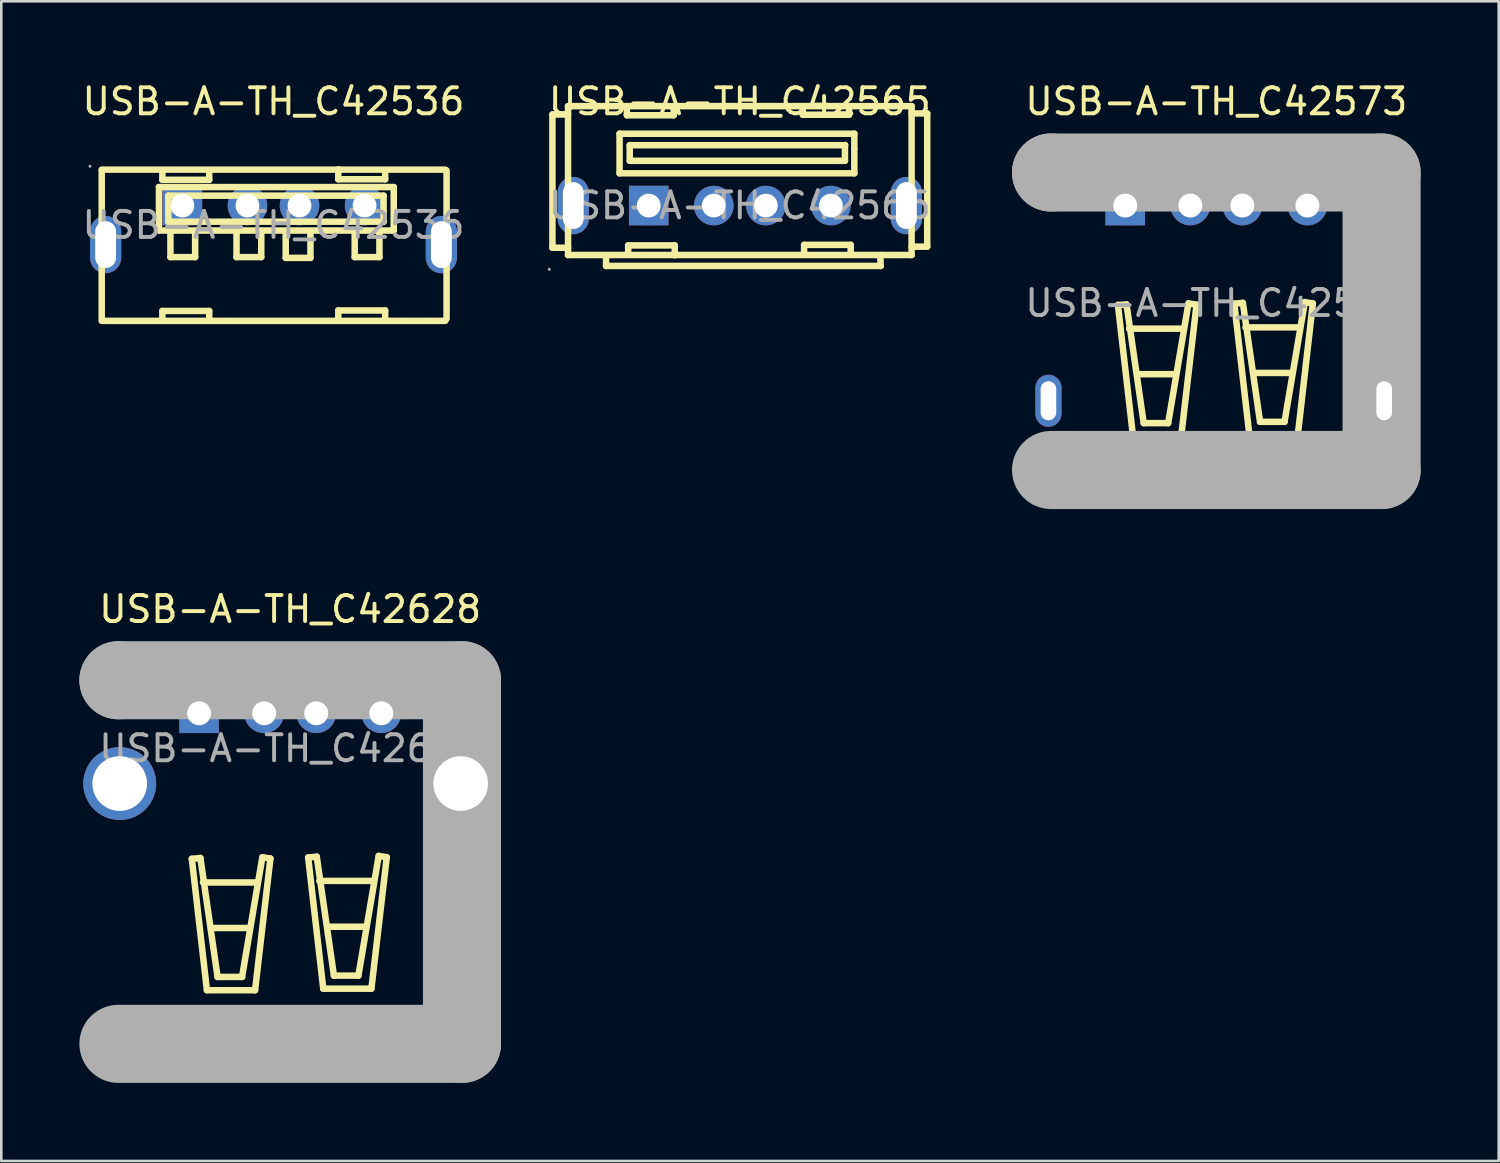
<source format=kicad_pcb>
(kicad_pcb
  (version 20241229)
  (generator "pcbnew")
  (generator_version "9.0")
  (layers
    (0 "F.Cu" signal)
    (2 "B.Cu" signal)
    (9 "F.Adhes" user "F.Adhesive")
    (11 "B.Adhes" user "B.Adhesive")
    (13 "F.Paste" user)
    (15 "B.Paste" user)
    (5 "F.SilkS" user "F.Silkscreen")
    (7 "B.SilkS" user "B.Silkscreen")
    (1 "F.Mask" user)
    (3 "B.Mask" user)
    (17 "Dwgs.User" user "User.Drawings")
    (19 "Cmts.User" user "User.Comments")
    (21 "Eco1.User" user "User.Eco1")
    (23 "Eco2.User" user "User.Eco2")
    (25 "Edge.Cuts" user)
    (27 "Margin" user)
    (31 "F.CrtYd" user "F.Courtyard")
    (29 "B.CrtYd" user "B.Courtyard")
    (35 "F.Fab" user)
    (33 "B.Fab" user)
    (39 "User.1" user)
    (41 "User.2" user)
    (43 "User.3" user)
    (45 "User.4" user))
  (footprint "USB-A-TH_C42573"
    (layer "F.Cu")
    (at 43.683 8.598)
    (property "Reference" "USB-A-TH_C42573" (at 0 -7.75 0) (layer "F.SilkS") (effects (font (size 1 1) (thickness 0.15))))
    (attr through_hole)
    (fp_line (start -3.78 0.07) (end -3.2 5.12) (stroke (width 0.25) (type solid)) (layer "F.SilkS"))
    (fp_line (start -3.45 0.05) (end -3.78 0.07) (stroke (width 0.25) (type solid)) (layer "F.SilkS"))
    (fp_line (start -3.35 0.98) (end -1.27 0.98) (stroke (width 0.25) (type solid)) (layer "F.SilkS"))
    (fp_line (start -3.2 5.12) (end -1.35 5.12) (stroke (width 0.25) (type solid)) (layer "F.SilkS"))
    (fp_line (start -3.02 2.73) (end -1.57 2.73) (stroke (width 0.25) (type solid)) (layer "F.SilkS"))
    (fp_line (start -2.79 4.61) (end -3.45 0.05) (stroke (width 0.25) (type solid)) (layer "F.SilkS"))
    (fp_line (start -1.85 4.61) (end -2.79 4.61) (stroke (width 0.25) (type solid)) (layer "F.SilkS"))
    (fp_line (start -1.35 5.12) (end -0.76 0.06) (stroke (width 0.25) (type solid)) (layer "F.SilkS"))
    (fp_line (start -1.07 0.01) (end -1.85 4.61) (stroke (width 0.25) (type solid)) (layer "F.SilkS"))
    (fp_line (start -0.76 0.06) (end -1.07 0.01) (stroke (width 0.25) (type solid)) (layer "F.SilkS"))
    (fp_line (start 0.69 0.02) (end 1.02 -0.01) (stroke (width 0.25) (type solid)) (layer "F.SilkS"))
    (fp_line (start 1.02 -0.01) (end 1.68 4.56) (stroke (width 0.25) (type solid)) (layer "F.SilkS"))
    (fp_line (start 1.12 0.93) (end 3.2 0.93) (stroke (width 0.25) (type solid)) (layer "F.SilkS"))
    (fp_line (start 1.27 5.07) (end 0.69 0.02) (stroke (width 0.25) (type solid)) (layer "F.SilkS"))
    (fp_line (start 1.45 2.68) (end 2.9 2.68) (stroke (width 0.25) (type solid)) (layer "F.SilkS"))
    (fp_line (start 1.68 4.56) (end 2.62 4.56) (stroke (width 0.25) (type solid)) (layer "F.SilkS"))
    (fp_line (start 2.62 4.56) (end 3.4 -0.04) (stroke (width 0.25) (type solid)) (layer "F.SilkS"))
    (fp_line (start 3.13 5.07) (end 1.27 5.07) (stroke (width 0.25) (type solid)) (layer "F.SilkS"))
    (fp_line (start 3.4 -0.04) (end 3.71 0.01) (stroke (width 0.25) (type solid)) (layer "F.SilkS"))
    (fp_line (start 3.71 0.01) (end 3.13 5.07) (stroke (width 0.25) (type solid)) (layer "F.SilkS"))
    (fp_line (start -6.35 -5.02) (end -6.35 -5.02) (stroke (width 3) (type solid)) (layer "F.Fab"))
    (fp_line (start -6.35 -5.02) (end 6.35 -5.02) (stroke (width 3) (type solid)) (layer "F.Fab"))
    (fp_line (start 6.35 -5.02) (end 6.35 6.41) (stroke (width 3) (type solid)) (layer "F.Fab"))
    (fp_line (start 6.35 6.41) (end -6.35 6.41) (stroke (width 3) (type solid)) (layer "F.Fab"))
    (fp_circle (center -6.95 -5.15) (end -6.92 -5.15) (stroke (width 0.06) (type solid)) (fill no) (layer "F.Fab"))
    (fp_circle (center -3.5 -3.75) (end -3.32 -3.75) (stroke (width 0.36) (type solid)) (fill no) (layer "F.Fab"))
    (fp_circle (center -1 -3.75) (end -0.82 -3.75) (stroke (width 0.36) (type solid)) (fill no) (layer "F.Fab"))
    (fp_circle (center 1 -3.75) (end 1.18 -3.75) (stroke (width 0.36) (type solid)) (fill no) (layer "F.Fab"))
    (fp_circle (center 3.5 -3.75) (end 3.68 -3.75) (stroke (width 0.36) (type solid)) (fill no) (layer "F.Fab"))
    (fp_text user "${REFERENCE}" (at 0 0 0) (layer "F.Fab") (effects (font (size 1 1) (thickness 0.15))))
    (pad "1" thru_hole rect (at -3.5 -3.75) (size 1.52 1.52) (drill 0.92) (layers "*.Cu" "*.Paste" "*.Mask"))
    (pad "2" thru_hole circle (at -1 -3.75) (size 1.52 1.52) (drill 0.92) (layers "*.Cu" "*.Paste" "*.Mask"))
    (pad "3" thru_hole circle (at 1 -3.75) (size 1.52 1.52) (drill 0.92) (layers "*.Cu" "*.Paste" "*.Mask"))
    (pad "4" thru_hole circle (at 3.5 -3.75) (size 1.52 1.52) (drill 0.92) (layers "*.Cu" "*.Paste" "*.Mask"))
    (pad "5" thru_hole oval (at 6.45 3.75) (size 1 2) (drill oval 0.6 1.5) (layers "*.Cu" "*.Paste" "*.Mask"))
    (pad "6" thru_hole oval (at -6.45 3.75) (size 1 2) (drill oval 0.6 1.5) (layers "*.Cu" "*.Paste" "*.Mask")))
  (footprint "USB-A-TH_C42536"
    (layer "F.Cu")
    (at 7.458 5.598)
    (property "Reference" "USB-A-TH_C42536" (at 0 -4.75 0) (layer "F.SilkS") (effects (font (size 1 1) (thickness 0.15))))
    (attr through_hole)
    (fp_line (start -6.6 -2.13) (end 6.6 -2.13) (stroke (width 0.25) (type solid)) (layer "F.SilkS"))
    (fp_line (start -6.6 -2.1) (end -6.6 3.6) (stroke (width 0.25) (type solid)) (layer "F.SilkS"))
    (fp_line (start -6.6 3.68) (end 6.6 3.68) (stroke (width 0.25) (type solid)) (layer "F.SilkS"))
    (fp_line (start -4.4 -1.46) (end -4.4 0.2) (stroke (width 0.25) (type solid)) (layer "F.SilkS"))
    (fp_line (start -4.4 0.21) (end 4.58 0.21) (stroke (width 0.25) (type solid)) (layer "F.SilkS"))
    (fp_line (start -4.27 -2.11) (end -4.26 -2.11) (stroke (width 0.25) (type solid)) (layer "F.SilkS"))
    (fp_line (start -4.27 -1.74) (end -4.27 -2.11) (stroke (width 0.25) (type solid)) (layer "F.SilkS"))
    (fp_line (start -4.27 3.3) (end -2.47 3.3) (stroke (width 0.25) (type solid)) (layer "F.SilkS"))
    (fp_line (start -4.27 3.64) (end -4.27 3.3) (stroke (width 0.25) (type solid)) (layer "F.SilkS"))
    (fp_line (start -4.26 -2.11) (end -4.27 -2.11) (stroke (width 0.25) (type solid)) (layer "F.SilkS"))
    (fp_line (start -4.04 -1.13) (end -4.04 -0.13) (stroke (width 0.25) (type solid)) (layer "F.SilkS"))
    (fp_line (start -4.04 -0.13) (end -3.96 -0.13) (stroke (width 0.25) (type solid)) (layer "F.SilkS"))
    (fp_line (start -3.96 0.21) (end -3.96 1.23) (stroke (width 0.25) (type solid)) (layer "F.SilkS"))
    (fp_line (start -3.96 1.23) (end -3.01 1.23) (stroke (width 0.25) (type solid)) (layer "F.SilkS"))
    (fp_line (start -3.95 -0.13) (end 4.23 -0.13) (stroke (width 0.25) (type solid)) (layer "F.SilkS"))
    (fp_line (start -3.01 1.23) (end -3.01 0.22) (stroke (width 0.25) (type solid)) (layer "F.SilkS"))
    (fp_line (start -2.48 3.67) (end -2.47 3.67) (stroke (width 0.25) (type solid)) (layer "F.SilkS"))
    (fp_line (start -2.47 -2.08) (end -2.47 -1.74) (stroke (width 0.25) (type solid)) (layer "F.SilkS"))
    (fp_line (start -2.47 -1.74) (end -4.27 -1.74) (stroke (width 0.25) (type solid)) (layer "F.SilkS"))
    (fp_line (start -2.47 3.3) (end -2.47 3.67) (stroke (width 0.25) (type solid)) (layer "F.SilkS"))
    (fp_line (start -2.47 3.67) (end -2.48 3.67) (stroke (width 0.25) (type solid)) (layer "F.SilkS"))
    (fp_line (start -1.42 0.21) (end -1.42 1.23) (stroke (width 0.25) (type solid)) (layer "F.SilkS"))
    (fp_line (start -1.42 1.23) (end -0.47 1.23) (stroke (width 0.25) (type solid)) (layer "F.SilkS"))
    (fp_line (start -0.47 1.23) (end -0.47 0.22) (stroke (width 0.25) (type solid)) (layer "F.SilkS"))
    (fp_line (start 0.47 0.24) (end 0.47 1.26) (stroke (width 0.25) (type solid)) (layer "F.SilkS"))
    (fp_line (start 0.47 1.26) (end 1.42 1.26) (stroke (width 0.25) (type solid)) (layer "F.SilkS"))
    (fp_line (start 1.42 1.26) (end 1.42 0.25) (stroke (width 0.25) (type solid)) (layer "F.SilkS"))
    (fp_line (start 2.49 -2.13) (end 2.5 -2.13) (stroke (width 0.25) (type solid)) (layer "F.SilkS"))
    (fp_line (start 2.49 -1.76) (end 2.49 -2.13) (stroke (width 0.25) (type solid)) (layer "F.SilkS"))
    (fp_line (start 2.49 3.28) (end 4.29 3.28) (stroke (width 0.25) (type solid)) (layer "F.SilkS"))
    (fp_line (start 2.49 3.62) (end 2.49 3.28) (stroke (width 0.25) (type solid)) (layer "F.SilkS"))
    (fp_line (start 2.5 -2.13) (end 2.49 -2.13) (stroke (width 0.25) (type solid)) (layer "F.SilkS"))
    (fp_line (start 3.12 0.21) (end 3.12 1.23) (stroke (width 0.25) (type solid)) (layer "F.SilkS"))
    (fp_line (start 3.12 1.23) (end 4.07 1.23) (stroke (width 0.25) (type solid)) (layer "F.SilkS"))
    (fp_line (start 4.07 1.23) (end 4.07 0.22) (stroke (width 0.25) (type solid)) (layer "F.SilkS"))
    (fp_line (start 4.23 -1.13) (end -4.04 -1.13) (stroke (width 0.25) (type solid)) (layer "F.SilkS"))
    (fp_line (start 4.23 -0.13) (end 4.23 -1.13) (stroke (width 0.25) (type solid)) (layer "F.SilkS"))
    (fp_line (start 4.28 3.65) (end 4.29 3.65) (stroke (width 0.25) (type solid)) (layer "F.SilkS"))
    (fp_line (start 4.29 -2.1) (end 4.29 -1.76) (stroke (width 0.25) (type solid)) (layer "F.SilkS"))
    (fp_line (start 4.29 -1.76) (end 2.49 -1.76) (stroke (width 0.25) (type solid)) (layer "F.SilkS"))
    (fp_line (start 4.29 3.28) (end 4.29 3.65) (stroke (width 0.25) (type solid)) (layer "F.SilkS"))
    (fp_line (start 4.29 3.65) (end 4.28 3.65) (stroke (width 0.25) (type solid)) (layer "F.SilkS"))
    (fp_line (start 4.58 0.21) (end 4.62 0.21) (stroke (width 0.25) (type solid)) (layer "F.SilkS"))
    (fp_line (start 4.62 -1.46) (end -4.4 -1.46) (stroke (width 0.25) (type solid)) (layer "F.SilkS"))
    (fp_line (start 4.62 0.21) (end 4.62 -1.46) (stroke (width 0.25) (type solid)) (layer "F.SilkS"))
    (fp_line (start 6.65 -2.1) (end 6.65 3.6) (stroke (width 0.25) (type solid)) (layer "F.SilkS"))
    (fp_circle (center -7.05 -2.26) (end -7.02 -2.26) (stroke (width 0.06) (type solid)) (fill no) (layer "F.Fab"))
    (fp_circle (center -3.5 -0.75) (end -3.32 -0.75) (stroke (width 0.36) (type solid)) (fill no) (layer "F.Fab"))
    (fp_circle (center -1 -0.75) (end -0.82 -0.75) (stroke (width 0.36) (type solid)) (fill no) (layer "F.Fab"))
    (fp_circle (center 1 -0.75) (end 1.18 -0.75) (stroke (width 0.36) (type solid)) (fill no) (layer "F.Fab"))
    (fp_circle (center 3.5 -0.75) (end 3.68 -0.75) (stroke (width 0.36) (type solid)) (fill no) (layer "F.Fab"))
    (fp_text user "${REFERENCE}" (at 0 0 0) (layer "F.Fab") (effects (font (size 1 1) (thickness 0.15))))
    (pad "1" thru_hole rect (at -3.5 -0.75) (size 1.52 1.52) (drill 0.914) (layers "*.Cu" "*.Paste" "*.Mask"))
    (pad "2" thru_hole circle (at -1 -0.75) (size 1.52 1.52) (drill 0.914) (layers "*.Cu" "*.Paste" "*.Mask"))
    (pad "3" thru_hole circle (at 1 -0.75) (size 1.52 1.52) (drill 0.914) (layers "*.Cu" "*.Paste" "*.Mask"))
    (pad "4" thru_hole circle (at 3.5 -0.75) (size 1.52 1.52) (drill 0.914) (layers "*.Cu" "*.Paste" "*.Mask"))
    (pad "5" thru_hole oval (at -6.45 0.75 270) (size 2.2 1.2) (drill oval 1.8 0.8) (layers "*.Cu" "*.Paste" "*.Mask"))
    (pad "6" thru_hole oval (at 6.45 0.75 90) (size 2.2 1.2) (drill oval 1.8 0.8) (layers "*.Cu" "*.Paste" "*.Mask")))
  (footprint "USB-A-TH_C42628"
    (layer "F.Cu")
    (at 8.1 25.706)
    (property "Reference" "USB-A-TH_C42628" (at 0 -5.35 0) (layer "F.SilkS") (effects (font (size 1 1) (thickness 0.15))))
    (attr through_hole)
    (fp_line (start -3.78 4.24) (end -3.2 9.29) (stroke (width 0.25) (type solid)) (layer "F.SilkS"))
    (fp_line (start -3.45 4.21) (end -3.78 4.24) (stroke (width 0.25) (type solid)) (layer "F.SilkS"))
    (fp_line (start -3.35 5.15) (end -1.27 5.15) (stroke (width 0.25) (type solid)) (layer "F.SilkS"))
    (fp_line (start -3.2 9.29) (end -1.35 9.29) (stroke (width 0.25) (type solid)) (layer "F.SilkS"))
    (fp_line (start -3.02 6.9) (end -1.57 6.9) (stroke (width 0.25) (type solid)) (layer "F.SilkS"))
    (fp_line (start -2.79 8.78) (end -3.45 4.21) (stroke (width 0.25) (type solid)) (layer "F.SilkS"))
    (fp_line (start -1.85 8.78) (end -2.79 8.78) (stroke (width 0.25) (type solid)) (layer "F.SilkS"))
    (fp_line (start -1.35 9.29) (end -0.76 4.23) (stroke (width 0.25) (type solid)) (layer "F.SilkS"))
    (fp_line (start -1.07 4.18) (end -1.85 8.78) (stroke (width 0.25) (type solid)) (layer "F.SilkS"))
    (fp_line (start -0.76 4.23) (end -1.07 4.18) (stroke (width 0.25) (type solid)) (layer "F.SilkS"))
    (fp_line (start 0.69 4.19) (end 1.02 4.16) (stroke (width 0.25) (type solid)) (layer "F.SilkS"))
    (fp_line (start 1.02 4.16) (end 1.68 8.73) (stroke (width 0.25) (type solid)) (layer "F.SilkS"))
    (fp_line (start 1.12 5.09) (end 3.2 5.09) (stroke (width 0.25) (type solid)) (layer "F.SilkS"))
    (fp_line (start 1.27 9.23) (end 0.69 4.19) (stroke (width 0.25) (type solid)) (layer "F.SilkS"))
    (fp_line (start 1.45 6.85) (end 2.9 6.85) (stroke (width 0.25) (type solid)) (layer "F.SilkS"))
    (fp_line (start 1.68 8.73) (end 2.62 8.73) (stroke (width 0.25) (type solid)) (layer "F.SilkS"))
    (fp_line (start 2.62 8.73) (end 3.4 4.13) (stroke (width 0.25) (type solid)) (layer "F.SilkS"))
    (fp_line (start 3.12 9.23) (end 1.27 9.23) (stroke (width 0.25) (type solid)) (layer "F.SilkS"))
    (fp_line (start 3.4 4.13) (end 3.71 4.18) (stroke (width 0.25) (type solid)) (layer "F.SilkS"))
    (fp_line (start 3.71 4.18) (end 3.12 9.23) (stroke (width 0.25) (type solid)) (layer "F.SilkS"))
    (fp_line (start -6.6 -2.62) (end -6.6 -2.62) (stroke (width 3) (type solid)) (layer "F.Fab"))
    (fp_line (start -6.6 -2.62) (end 6.6 -2.62) (stroke (width 3) (type solid)) (layer "F.Fab"))
    (fp_line (start 6.6 -2.62) (end 6.6 11.35) (stroke (width 3) (type solid)) (layer "F.Fab"))
    (fp_line (start 6.6 11.35) (end -6.6 11.35) (stroke (width 3) (type solid)) (layer "F.Fab"))
    (fp_circle (center -7.95 -2.75) (end -7.92 -2.75) (stroke (width 0.06) (type solid)) (fill no) (layer "F.Fab"))
    (fp_circle (center -6.55 1.35) (end -6.07 1.35) (stroke (width 0.95) (type solid)) (fill no) (layer "F.Fab"))
    (fp_circle (center -3.5 -1.35) (end -3.32 -1.35) (stroke (width 0.36) (type solid)) (fill no) (layer "F.Fab"))
    (fp_circle (center -1 -1.35) (end -0.82 -1.35) (stroke (width 0.36) (type solid)) (fill no) (layer "F.Fab"))
    (fp_circle (center 1 -1.35) (end 1.18 -1.35) (stroke (width 0.36) (type solid)) (fill no) (layer "F.Fab"))
    (fp_circle (center 3.5 -1.35) (end 3.68 -1.35) (stroke (width 0.36) (type solid)) (fill no) (layer "F.Fab"))
    (fp_circle (center 6.55 1.35) (end 7.03 1.35) (stroke (width 0.95) (type solid)) (fill no) (layer "F.Fab"))
    (fp_text user "${REFERENCE}" (at 0 0 0) (layer "F.Fab") (effects (font (size 1 1) (thickness 0.15))))
    (pad "1" thru_hole rect (at -3.5 -1.35) (size 1.52 1.52) (drill 0.92) (layers "*.Cu" "*.Paste" "*.Mask"))
    (pad "2" thru_hole circle (at -1 -1.35) (size 1.52 1.52) (drill 0.92) (layers "*.Cu" "*.Paste" "*.Mask"))
    (pad "3" thru_hole circle (at 1 -1.35) (size 1.52 1.52) (drill 0.92) (layers "*.Cu" "*.Paste" "*.Mask"))
    (pad "4" thru_hole circle (at 3.5 -1.35) (size 1.52 1.52) (drill 0.92) (layers "*.Cu" "*.Paste" "*.Mask"))
    (pad "5" thru_hole circle (at 6.55 1.35) (size 2.8 2.8) (drill 2.1) (layers "*.Cu" "*.Paste" "*.Mask"))
    (pad "6" thru_hole circle (at -6.55 1.35) (size 2.8 2.8) (drill 2.1) (layers "*.Cu" "*.Paste" "*.Mask")))
  (footprint "USB-A-TH_C42565"
    (layer "F.Cu")
    (at 25.375 4.848)
    (property "Reference" "USB-A-TH_C42565" (at 0 -4 0) (layer "F.SilkS") (effects (font (size 1 1) (thickness 0.15))))
    (attr through_hole)
    (fp_line (start -7.2 -3.5) (end -7.2 1.62) (stroke (width 0.25) (type solid)) (layer "F.SilkS"))
    (fp_line (start -6.6 -3.5) (end -7.2 -3.5) (stroke (width 0.25) (type solid)) (layer "F.SilkS"))
    (fp_line (start -6.6 1.62) (end -7.2 1.62) (stroke (width 0.25) (type solid)) (layer "F.SilkS"))
    (fp_line (start -6.6 1.9) (end -6.6 -3.82) (stroke (width 0.25) (type solid)) (layer "F.SilkS"))
    (fp_line (start -5.14 2.32) (end -5.14 1.92) (stroke (width 0.25) (type solid)) (layer "F.SilkS"))
    (fp_line (start -4.62 -2.76) (end 4.4 -2.76) (stroke (width 0.25) (type solid)) (layer "F.SilkS"))
    (fp_line (start -4.62 -1.24) (end -4.62 -2.76) (stroke (width 0.25) (type solid)) (layer "F.SilkS"))
    (fp_line (start -4.34 -3.47) (end -4.34 -3.82) (stroke (width 0.25) (type solid)) (layer "F.SilkS"))
    (fp_line (start -4.29 1.53) (end -2.5 1.53) (stroke (width 0.25) (type solid)) (layer "F.SilkS"))
    (fp_line (start -4.29 1.87) (end -4.29 1.53) (stroke (width 0.25) (type solid)) (layer "F.SilkS"))
    (fp_line (start -4.23 -2.32) (end 4.04 -2.32) (stroke (width 0.25) (type solid)) (layer "F.SilkS"))
    (fp_line (start -4.23 -1.72) (end -4.23 -2.32) (stroke (width 0.25) (type solid)) (layer "F.SilkS"))
    (fp_line (start -2.54 -3.81) (end -2.54 -3.47) (stroke (width 0.25) (type solid)) (layer "F.SilkS"))
    (fp_line (start -2.54 -3.47) (end -4.34 -3.47) (stroke (width 0.25) (type solid)) (layer "F.SilkS"))
    (fp_line (start -2.51 1.9) (end -2.5 1.9) (stroke (width 0.25) (type solid)) (layer "F.SilkS"))
    (fp_line (start -2.5 1.53) (end -2.5 1.9) (stroke (width 0.25) (type solid)) (layer "F.SilkS"))
    (fp_line (start -2.5 1.9) (end -2.51 1.9) (stroke (width 0.25) (type solid)) (layer "F.SilkS"))
    (fp_line (start 2.42 -3.49) (end 2.42 -3.77) (stroke (width 0.25) (type solid)) (layer "F.SilkS"))
    (fp_line (start 2.47 1.51) (end 4.26 1.51) (stroke (width 0.25) (type solid)) (layer "F.SilkS"))
    (fp_line (start 2.47 1.85) (end 2.47 1.51) (stroke (width 0.25) (type solid)) (layer "F.SilkS"))
    (fp_line (start 4.02 -2.32) (end 4.02 -2.31) (stroke (width 0.25) (type solid)) (layer "F.SilkS"))
    (fp_line (start 4.03 -2.32) (end 4.04 -2.32) (stroke (width 0.25) (type solid)) (layer "F.SilkS"))
    (fp_line (start 4.04 -2.32) (end 4.02 -2.32) (stroke (width 0.25) (type solid)) (layer "F.SilkS"))
    (fp_line (start 4.04 -2.32) (end 4.04 -1.72) (stroke (width 0.25) (type solid)) (layer "F.SilkS"))
    (fp_line (start 4.04 -1.72) (end -4.23 -1.72) (stroke (width 0.25) (type solid)) (layer "F.SilkS"))
    (fp_line (start 4.2 -3.82) (end 4.2 -3.49) (stroke (width 0.25) (type solid)) (layer "F.SilkS"))
    (fp_line (start 4.2 -3.49) (end 2.42 -3.49) (stroke (width 0.25) (type solid)) (layer "F.SilkS"))
    (fp_line (start 4.25 1.88) (end 4.26 1.88) (stroke (width 0.25) (type solid)) (layer "F.SilkS"))
    (fp_line (start 4.26 1.51) (end 4.26 1.88) (stroke (width 0.25) (type solid)) (layer "F.SilkS"))
    (fp_line (start 4.26 1.88) (end 4.25 1.88) (stroke (width 0.25) (type solid)) (layer "F.SilkS"))
    (fp_line (start 4.4 -2.76) (end 4.4 -2.19) (stroke (width 0.25) (type solid)) (layer "F.SilkS"))
    (fp_line (start 4.4 -2.18) (end 4.4 -1.24) (stroke (width 0.25) (type solid)) (layer "F.SilkS"))
    (fp_line (start 4.4 -1.24) (end -4.62 -1.24) (stroke (width 0.25) (type solid)) (layer "F.SilkS"))
    (fp_line (start 5.4 1.9) (end 5.41 2.32) (stroke (width 0.25) (type solid)) (layer "F.SilkS"))
    (fp_line (start 5.41 2.32) (end -5.14 2.32) (stroke (width 0.25) (type solid)) (layer "F.SilkS"))
    (fp_line (start 6.6 -3.82) (end -6.6 -3.82) (stroke (width 0.25) (type solid)) (layer "F.SilkS"))
    (fp_line (start 6.6 -3.54) (end 7.2 -3.54) (stroke (width 0.25) (type solid)) (layer "F.SilkS"))
    (fp_line (start 6.6 1.58) (end 7.2 1.58) (stroke (width 0.25) (type solid)) (layer "F.SilkS"))
    (fp_line (start 6.6 1.9) (end -6.6 1.9) (stroke (width 0.25) (type solid)) (layer "F.SilkS"))
    (fp_line (start 6.6 1.9) (end 6.6 -3.82) (stroke (width 0.25) (type solid)) (layer "F.SilkS"))
    (fp_line (start 7.2 1.58) (end 7.2 -3.54) (stroke (width 0.25) (type solid)) (layer "F.SilkS"))
    (fp_circle (center -7.32 2.45) (end -7.29 2.45) (stroke (width 0.06) (type solid)) (fill no) (layer "F.Fab"))
    (fp_circle (center -3.5 0) (end -3.32 0) (stroke (width 0.36) (type solid)) (fill no) (layer "F.Fab"))
    (fp_circle (center -1 0) (end -0.82 0) (stroke (width 0.36) (type solid)) (fill no) (layer "F.Fab"))
    (fp_circle (center 1 0) (end 1.18 0) (stroke (width 0.36) (type solid)) (fill no) (layer "F.Fab"))
    (fp_circle (center 3.5 0) (end 3.68 0) (stroke (width 0.36) (type solid)) (fill no) (layer "F.Fab"))
    (fp_text user "${REFERENCE}" (at 0 0 0) (layer "F.Fab") (effects (font (size 1 1) (thickness 0.15))))
    (pad "1" thru_hole rect (at -3.5 0 180) (size 1.52 1.52) (drill 0.914) (layers "*.Cu" "*.Paste" "*.Mask"))
    (pad "2" thru_hole circle (at -1 0 180) (size 1.52 1.52) (drill 0.914) (layers "*.Cu" "*.Paste" "*.Mask"))
    (pad "3" thru_hole circle (at 1 0 180) (size 1.52 1.52) (drill 0.914) (layers "*.Cu" "*.Paste" "*.Mask"))
    (pad "4" thru_hole circle (at 3.5 0 180) (size 1.52 1.52) (drill 0.914) (layers "*.Cu" "*.Paste" "*.Mask"))
    (pad "5" thru_hole oval (at 6.4 0 90) (size 2.2 1.2) (drill oval 1.8 0.8) (layers "*.Cu" "*.Paste" "*.Mask"))
    (pad "6" thru_hole oval (at -6.4 0 270) (size 2.2 1.2) (drill oval 1.8 0.8) (layers "*.Cu" "*.Paste" "*.Mask")))
  (gr_rect
    (start -3 -3)
    (end 54.533 41.556)
    (stroke (width 0.1) (type default))
    (fill no)
    (layer "Edge.Cuts")))
</source>
